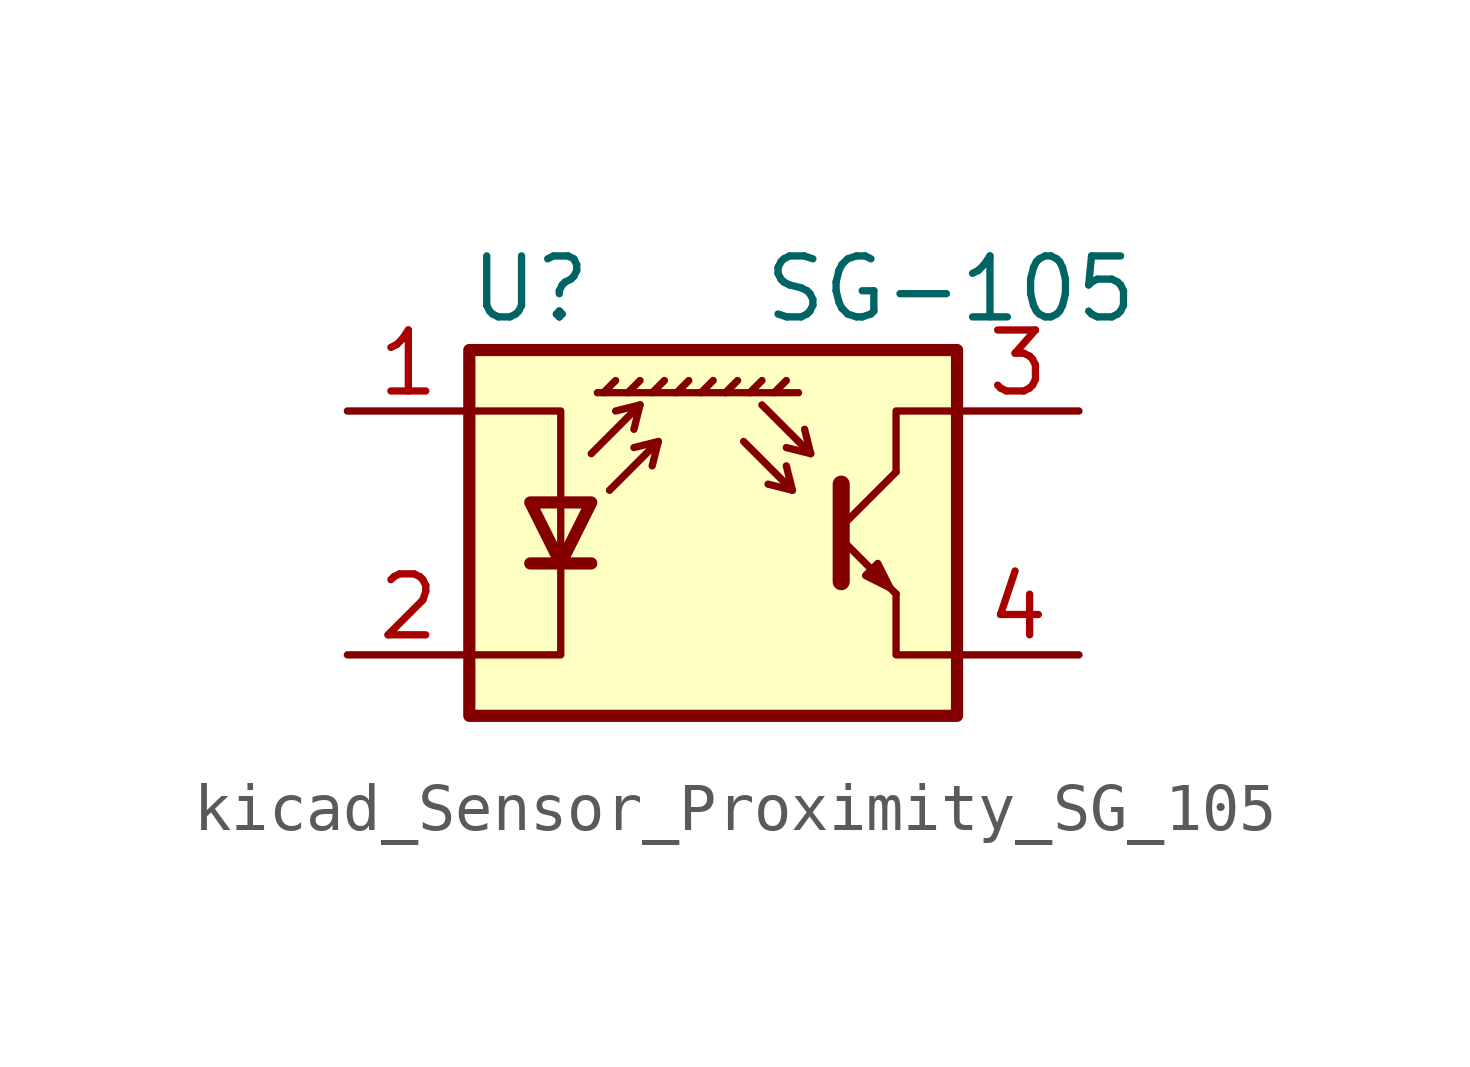
<source format=kicad_sym>
(kicad_symbol_lib
  (version 20220914)
  (generator kicad_symbol_editor)
  (symbol "kicad_Sensor_Proximity_SG_105"
    (pin_names
      (offset 1.016) hide)
    (property "Reference" "U"
      (at -3.81 5.08 0)
      (effects (font (size 1.27 1.27))))
    (property "Value" "SG-105"
      (at 8.89 5.08 0)
      (effects (font (size 1.27 1.27)) (justify right)))
    (symbol "kicad_Sensor_Proximity_SG_105_0_1"
      (polyline (pts (xy -3.81 -0.635) (xy -2.54 -0.635)) (stroke (width 0.254) (type default)) (fill (type none)))
      (polyline (pts (xy -2.286 2.921) (xy -2.032 3.175)) (stroke (width 0) (type default)) (fill (type none)))
      (polyline (pts (xy -1.778 2.921) (xy -1.524 3.175)) (stroke (width 0) (type default)) (fill (type none)))
      (polyline (pts (xy -1.524 2.667) (xy -1.651 2.159)) (stroke (width 0) (type default)) (fill (type none)))
      (polyline (pts (xy -1.27 2.921) (xy -1.016 3.175)) (stroke (width 0) (type default)) (fill (type none)))
      (polyline (pts (xy -1.143 1.905) (xy -1.27 1.397)) (stroke (width 0) (type default)) (fill (type none)))
      (polyline (pts (xy -0.762 2.921) (xy -0.508 3.175)) (stroke (width 0) (type default)) (fill (type none)))
      (polyline (pts (xy -0.254 2.921) (xy 0 3.175)) (stroke (width 0) (type default)) (fill (type none)))
      (polyline (pts (xy 0.254 2.921) (xy 0.508 3.175)) (stroke (width 0) (type default)) (fill (type none)))
      (polyline (pts (xy 0.762 2.921) (xy 1.016 3.175)) (stroke (width 0) (type default)) (fill (type none)))
      (polyline (pts (xy 1.27 2.921) (xy 1.524 3.175)) (stroke (width 0) (type default)) (fill (type none)))
      (polyline (pts (xy 1.651 0.889) (xy 1.143 1.016)) (stroke (width 0) (type default)) (fill (type none)))
      (polyline (pts (xy 1.778 2.921) (xy -2.413 2.921)) (stroke (width 0) (type default)) (fill (type none)))
      (polyline (pts (xy 2.032 1.651) (xy 1.524 1.778)) (stroke (width 0) (type default)) (fill (type none)))
      (polyline (pts (xy 2.667 -0.127) (xy 3.81 -1.27)) (stroke (width 0) (type default)) (fill (type none)))
      (polyline (pts (xy 2.667 0.127) (xy 3.81 1.27)) (stroke (width 0) (type default)) (fill (type none)))
      (polyline (pts (xy -2.54 1.651) (xy -1.524 2.667) (xy -2.032 2.54)) (stroke (width 0) (type default)) (fill (type none)))
      (polyline (pts (xy -2.159 0.889) (xy -1.143 1.905) (xy -1.651 1.778)) (stroke (width 0) (type default)) (fill (type none)))
      (polyline (pts (xy 0.635 1.905) (xy 1.651 0.889) (xy 1.524 1.397)) (stroke (width 0) (type default)) (fill (type none)))
      (polyline (pts (xy 1.016 2.667) (xy 2.032 1.651) (xy 1.905 2.159)) (stroke (width 0) (type default)) (fill (type none)))
      (polyline (pts (xy 2.667 1.016) (xy 2.667 -1.016) (xy 2.667 -1.016)) (stroke (width 0.356) (type default)) (fill (type none)))
      (polyline (pts (xy 3.81 -1.27) (xy 3.81 -2.54) (xy 5.08 -2.54)) (stroke (width 0) (type default)) (fill (type none)))
      (polyline (pts (xy 3.81 1.27) (xy 3.81 2.54) (xy 5.08 2.54)) (stroke (width 0) (type default)) (fill (type none)))
      (polyline (pts (xy -5.08 -2.54) (xy -3.175 -2.54) (xy -3.175 2.54) (xy -5.08 2.54)) (stroke (width 0) (type default)) (fill (type none)))
      (polyline (pts (xy -3.175 -0.635) (xy -3.81 0.635) (xy -2.54 0.635) (xy -3.175 -0.635)) (stroke (width 0.254) (type default)) (fill (type none)))
      (polyline (pts (xy 3.683 -1.143) (xy 3.429 -0.635) (xy 3.175 -0.889) (xy 3.683 -1.143)) (stroke (width 0) (type default)) (fill (type none)))
      (polyline (pts (xy -5.08 -3.81) (xy 5.08 -3.81) (xy 5.08 3.81) (xy -5.08 3.81) (xy -5.08 -3.81)) (stroke (width 0.254) (type default)) (fill (type background))))
    (symbol "kicad_Sensor_Proximity_SG_105_1_1"
      (pin passive line (at -7.62 2.54 0) (length 2.54) (name "A" (effects (font (size 1.27 1.27)))) (number "1" (effects (font (size 1.27 1.27)))))
      (pin passive line (at -7.62 -2.54 0) (length 2.54) (name "K" (effects (font (size 1.27 1.27)))) (number "2" (effects (font (size 1.27 1.27)))))
      (pin open_collector line (at 7.62 2.54 180) (length 2.54) (name "C" (effects (font (size 1.27 1.27)))) (number "3" (effects (font (size 1.27 1.27)))))
      (pin open_emitter line (at 7.62 -2.54 180) (length 2.54) (name "E" (effects (font (size 1.27 1.27)))) (number "4" (effects (font (size 1.27 1.27))))))))
</source>
